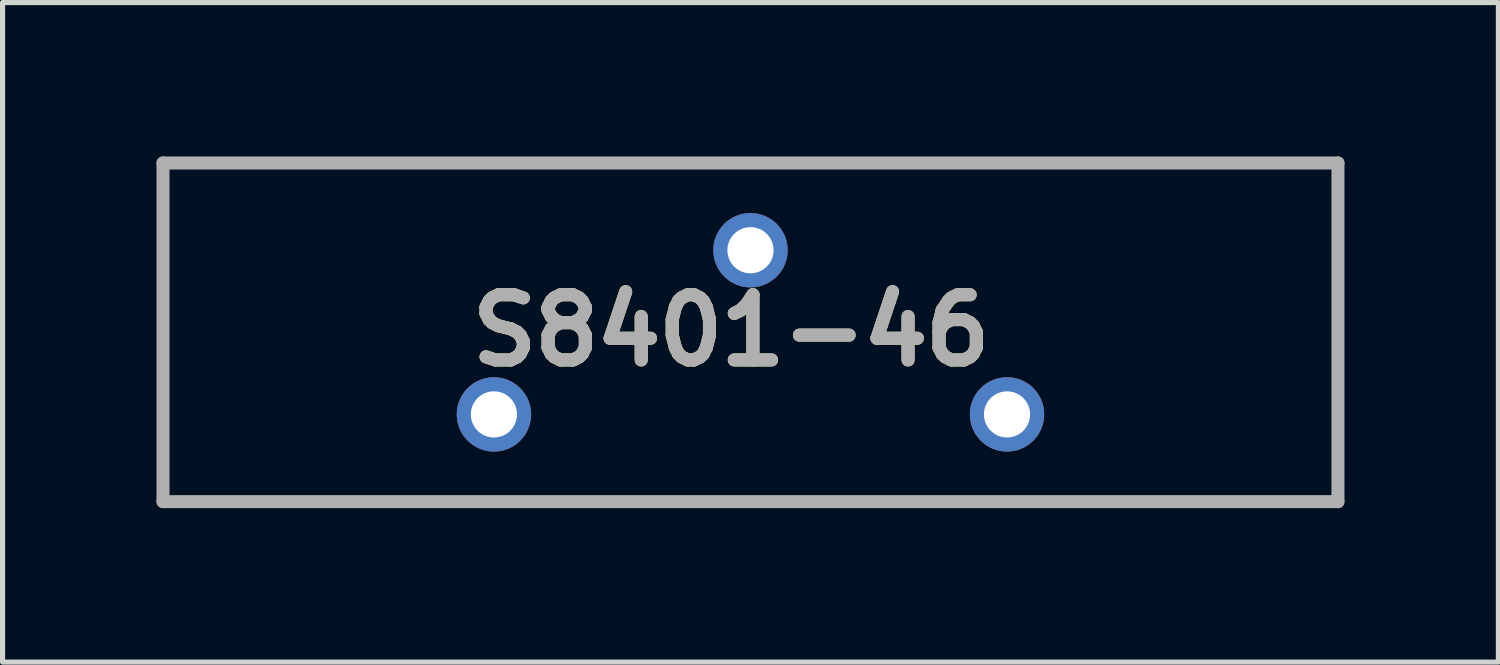
<source format=kicad_pcb>
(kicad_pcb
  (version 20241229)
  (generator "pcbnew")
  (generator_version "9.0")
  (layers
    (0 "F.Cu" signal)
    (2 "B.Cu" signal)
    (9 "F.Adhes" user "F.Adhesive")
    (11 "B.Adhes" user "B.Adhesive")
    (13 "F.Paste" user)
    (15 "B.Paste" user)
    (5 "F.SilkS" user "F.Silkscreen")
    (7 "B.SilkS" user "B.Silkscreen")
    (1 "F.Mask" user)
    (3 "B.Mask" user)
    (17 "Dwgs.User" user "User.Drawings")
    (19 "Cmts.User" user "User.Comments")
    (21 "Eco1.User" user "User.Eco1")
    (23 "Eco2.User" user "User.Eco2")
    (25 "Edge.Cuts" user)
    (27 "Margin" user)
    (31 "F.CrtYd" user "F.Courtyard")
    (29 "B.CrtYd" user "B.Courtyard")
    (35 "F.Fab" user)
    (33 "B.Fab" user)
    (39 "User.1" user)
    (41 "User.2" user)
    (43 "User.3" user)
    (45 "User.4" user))
  (footprint "S8401-46"
    (layer "F.Cu")
    (at 11.577 3.427)
    (property "Reference" "S8401-46" (at -0.376 -0.036 180) (layer "F.SilkS") (effects (font (size 1.27 1.27) (thickness 0.254))))
    (attr through_hole)
    (fp_line (start -11.45 -3.3) (end 11.45 -3.3) (stroke (width 0.254) (type solid)) (layer "F.Fab"))
    (fp_line (start -11.45 3.3) (end -11.45 -3.3) (stroke (width 0.254) (type solid)) (layer "F.Fab"))
    (fp_line (start 11.45 -3.3) (end 11.45 3.3) (stroke (width 0.254) (type solid)) (layer "F.Fab"))
    (fp_line (start 11.45 3.3) (end -11.45 3.3) (stroke (width 0.254) (type solid)) (layer "F.Fab"))
    (fp_text user "${REFERENCE}" (at -0.376 -0.036 180) (layer "F.Fab") (effects (font (size 1.27 1.27) (thickness 0.254))))
    (pad "1" thru_hole circle (at 0 -1.6) (size 1.45 1.45) (drill 0.9) (layers "*.Cu" "*.Mask"))
    (pad "2" thru_hole circle (at -5 1.6) (size 1.45 1.45) (drill 0.9) (layers "*.Cu" "*.Mask"))
    (pad "3" thru_hole circle (at 5 1.6) (size 1.45 1.45) (drill 0.9) (layers "*.Cu" "*.Mask")))
  (gr_rect
    (start -3 -3)
    (end 26.154 9.854)
    (stroke (width 0.1) (type default))
    (fill no)
    (layer "Edge.Cuts")))
</source>
